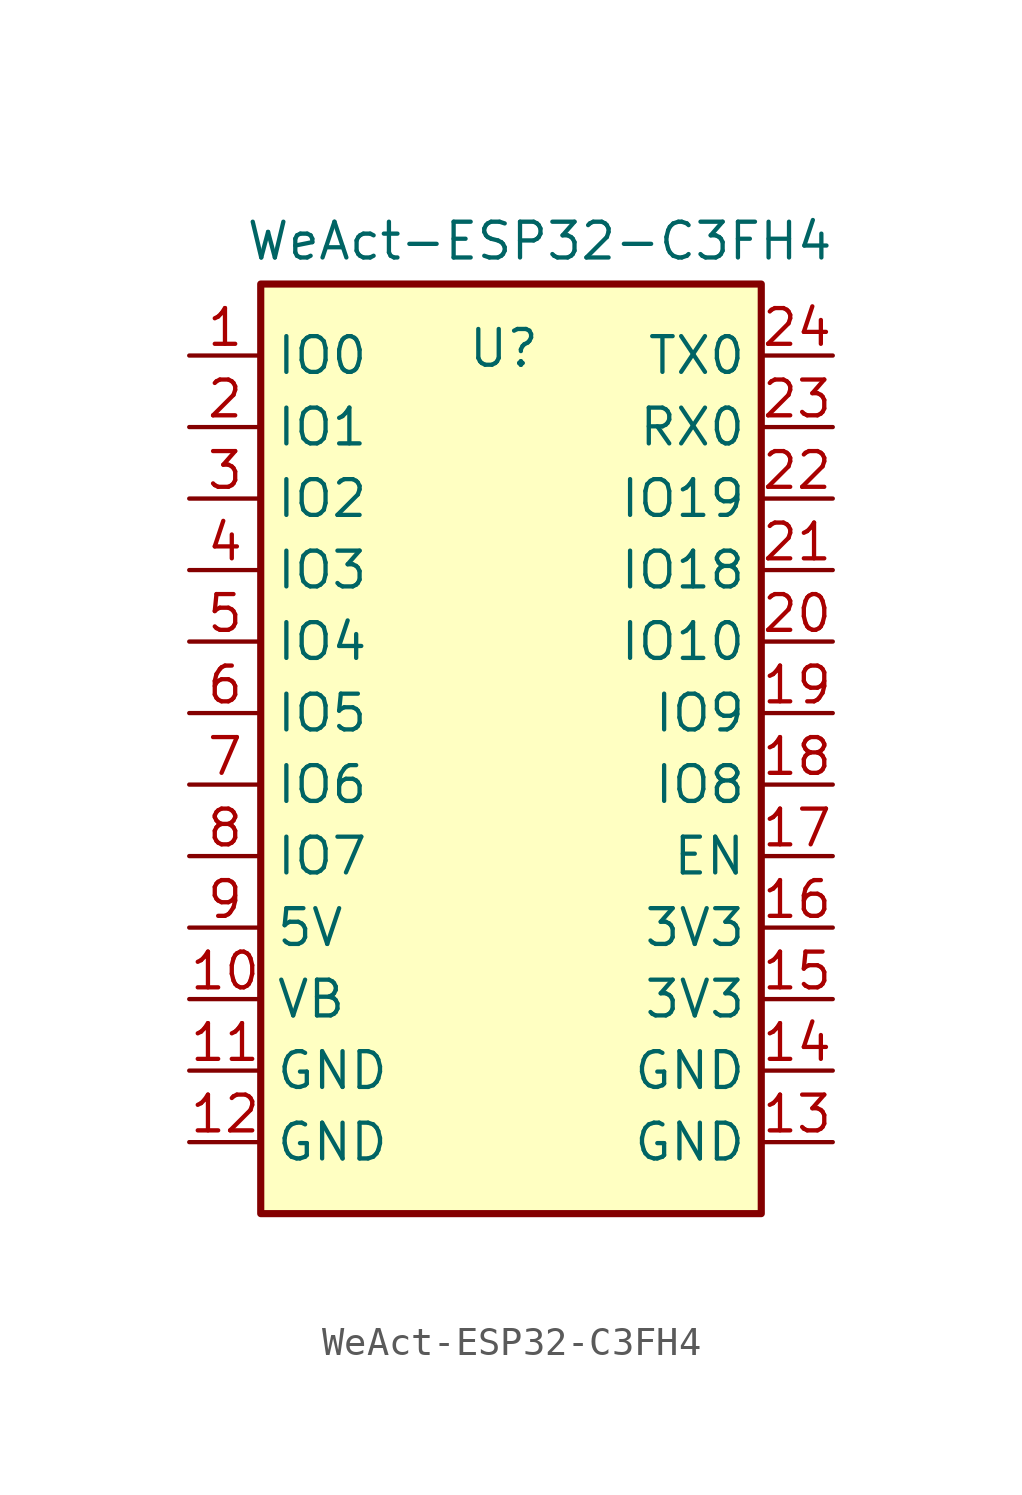
<source format=kicad_sym>
(kicad_symbol_lib
  (version 20231120)
  (generator "kicad_symbol_editor")
  (generator_version "8.0")
  (symbol "WeAct-ESP32-C3FH4"
    (property "Reference" "U"
      (at -0.254 14.224 0)
      (effects (font (size 1.27 1.27))))
    (property "Value" "WeAct-ESP32-C3FH4"
      (at 1.016 18.034 0)
      (effects (font (size 1.27 1.27))))
    (symbol "WeAct-ESP32-C3FH4_0_1"
      (rectangle (start -8.89 16.51) (end 8.89 -16.51) (stroke (width 0.254) (type default)) (fill (type background))))
    (symbol "WeAct-ESP32-C3FH4_1_1"
      (pin bidirectional line (at -11.43 13.97 0) (length 2.54) (name "IO0" (effects (font (size 1.27 1.27)))) (number "1" (effects (font (size 1.27 1.27)))))
      (pin power_in line (at -11.43 -8.89 0) (length 2.54) (name "VB" (effects (font (size 1.27 1.27)))) (number "10" (effects (font (size 1.27 1.27)))))
      (pin power_in line (at -11.43 -11.43 0) (length 2.54) (name "GND" (effects (font (size 1.27 1.27)))) (number "11" (effects (font (size 1.27 1.27)))))
      (pin power_in line (at -11.43 -13.97 0) (length 2.54) (name "GND" (effects (font (size 1.27 1.27)))) (number "12" (effects (font (size 1.27 1.27)))))
      (pin power_in line (at 11.43 -13.97 180) (length 2.54) (name "GND" (effects (font (size 1.27 1.27)))) (number "13" (effects (font (size 1.27 1.27)))))
      (pin power_in line (at 11.43 -11.43 180) (length 2.54) (name "GND" (effects (font (size 1.27 1.27)))) (number "14" (effects (font (size 1.27 1.27)))))
      (pin power_in line (at 11.43 -8.89 180) (length 2.54) (name "3V3" (effects (font (size 1.27 1.27)))) (number "15" (effects (font (size 1.27 1.27)))))
      (pin power_in line (at 11.43 -6.35 180) (length 2.54) (name "3V3" (effects (font (size 1.27 1.27)))) (number "16" (effects (font (size 1.27 1.27)))))
      (pin input line (at 11.43 -3.81 180) (length 2.54) (name "EN" (effects (font (size 1.27 1.27)))) (number "17" (effects (font (size 1.27 1.27)))))
      (pin bidirectional line (at 11.43 -1.27 180) (length 2.54) (name "IO8" (effects (font (size 1.27 1.27)))) (number "18" (effects (font (size 1.27 1.27)))))
      (pin bidirectional line (at 11.43 1.27 180) (length 2.54) (name "IO9" (effects (font (size 1.27 1.27)))) (number "19" (effects (font (size 1.27 1.27)))))
      (pin bidirectional line (at -11.43 11.43 0) (length 2.54) (name "IO1" (effects (font (size 1.27 1.27)))) (number "2" (effects (font (size 1.27 1.27)))))
      (pin bidirectional line (at 11.43 3.81 180) (length 2.54) (name "IO10" (effects (font (size 1.27 1.27)))) (number "20" (effects (font (size 1.27 1.27)))))
      (pin bidirectional line (at 11.43 6.35 180) (length 2.54) (name "IO18" (effects (font (size 1.27 1.27)))) (number "21" (effects (font (size 1.27 1.27)))))
      (pin bidirectional line (at 11.43 8.89 180) (length 2.54) (name "IO19" (effects (font (size 1.27 1.27)))) (number "22" (effects (font (size 1.27 1.27)))))
      (pin bidirectional line (at 11.43 11.43 180) (length 2.54) (name "RX0" (effects (font (size 1.27 1.27)))) (number "23" (effects (font (size 1.27 1.27)))))
      (pin bidirectional line (at 11.43 13.97 180) (length 2.54) (name "TX0" (effects (font (size 1.27 1.27)))) (number "24" (effects (font (size 1.27 1.27)))))
      (pin bidirectional line (at -11.43 8.89 0) (length 2.54) (name "IO2" (effects (font (size 1.27 1.27)))) (number "3" (effects (font (size 1.27 1.27)))))
      (pin bidirectional line (at -11.43 6.35 0) (length 2.54) (name "IO3" (effects (font (size 1.27 1.27)))) (number "4" (effects (font (size 1.27 1.27)))))
      (pin bidirectional line (at -11.43 3.81 0) (length 2.54) (name "IO4" (effects (font (size 1.27 1.27)))) (number "5" (effects (font (size 1.27 1.27)))))
      (pin bidirectional line (at -11.43 1.27 0) (length 2.54) (name "IO5" (effects (font (size 1.27 1.27)))) (number "6" (effects (font (size 1.27 1.27)))))
      (pin bidirectional line (at -11.43 -1.27 0) (length 2.54) (name "IO6" (effects (font (size 1.27 1.27)))) (number "7" (effects (font (size 1.27 1.27)))))
      (pin bidirectional line (at -11.43 -3.81 0) (length 2.54) (name "IO7" (effects (font (size 1.27 1.27)))) (number "8" (effects (font (size 1.27 1.27)))))
      (pin power_in line (at -11.43 -6.35 0) (length 2.54) (name "5V" (effects (font (size 1.27 1.27)))) (number "9" (effects (font (size 1.27 1.27))))))))
</source>
